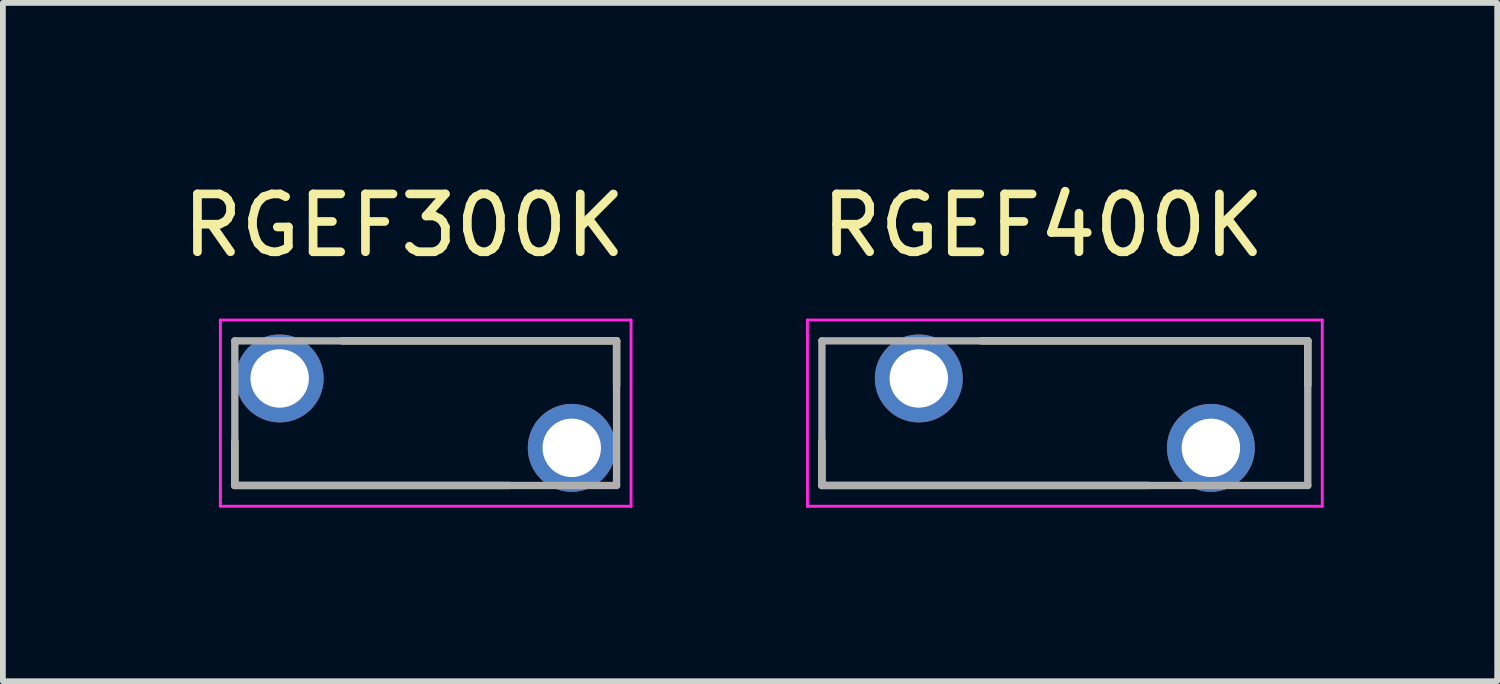
<source format=kicad_pcb>
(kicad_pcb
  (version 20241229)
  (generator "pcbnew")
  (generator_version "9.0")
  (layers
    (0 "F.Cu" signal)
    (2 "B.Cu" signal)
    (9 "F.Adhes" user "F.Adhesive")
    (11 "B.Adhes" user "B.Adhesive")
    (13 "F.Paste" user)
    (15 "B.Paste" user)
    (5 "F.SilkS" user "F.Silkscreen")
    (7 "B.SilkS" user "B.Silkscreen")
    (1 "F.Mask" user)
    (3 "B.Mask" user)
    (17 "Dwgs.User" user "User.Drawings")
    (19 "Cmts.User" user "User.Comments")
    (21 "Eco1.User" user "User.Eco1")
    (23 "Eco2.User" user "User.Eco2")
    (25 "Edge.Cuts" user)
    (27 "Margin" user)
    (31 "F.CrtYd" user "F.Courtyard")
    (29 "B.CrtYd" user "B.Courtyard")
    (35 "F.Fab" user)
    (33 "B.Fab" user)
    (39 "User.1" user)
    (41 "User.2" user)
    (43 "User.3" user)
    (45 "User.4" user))
  (footprint "RGEF300K"
    (layer "F.Cu")
    (at 4.31 4.093)
    (property "Reference" "RGEF300K" (at -0.375 -3.245 0) (layer "F.SilkS") (effects (font (size 1 1) (thickness 0.15))))
    (attr through_hole)
    (fp_line (start -3.3 1.25) (end -3.3 0.48) (stroke (width 0.127) (type solid)) (layer "F.SilkS"))
    (fp_line (start -1.445 -1.25) (end 3.3 -1.25) (stroke (width 0.127) (type solid)) (layer "F.SilkS"))
    (fp_line (start 1.445 1.25) (end -3.3 1.25) (stroke (width 0.127) (type solid)) (layer "F.SilkS"))
    (fp_line (start 3.3 -1.25) (end 3.3 -0.48) (stroke (width 0.127) (type solid)) (layer "F.SilkS"))
    (fp_line (start -3.55 -1.61) (end -3.55 1.61) (stroke (width 0.05) (type solid)) (layer "F.CrtYd"))
    (fp_line (start -3.55 1.61) (end 3.55 1.61) (stroke (width 0.05) (type solid)) (layer "F.CrtYd"))
    (fp_line (start 3.55 -1.61) (end -3.55 -1.61) (stroke (width 0.05) (type solid)) (layer "F.CrtYd"))
    (fp_line (start 3.55 1.61) (end 3.55 -1.61) (stroke (width 0.05) (type solid)) (layer "F.CrtYd"))
    (fp_line (start -3.3 -1.25) (end 3.3 -1.25) (stroke (width 0.127) (type solid)) (layer "F.Fab"))
    (fp_line (start -3.3 1.25) (end -3.3 -1.25) (stroke (width 0.127) (type solid)) (layer "F.Fab"))
    (fp_line (start 3.3 -1.25) (end 3.3 1.25) (stroke (width 0.127) (type solid)) (layer "F.Fab"))
    (fp_line (start 3.3 1.25) (end -3.3 1.25) (stroke (width 0.127) (type solid)) (layer "F.Fab"))
    (pad "1" thru_hole circle (at -2.525 -0.6) (size 1.52 1.52) (drill 1.01) (layers "*.Cu" "*.Mask"))
    (pad "2" thru_hole circle (at 2.525 0.6) (size 1.52 1.52) (drill 1.01) (layers "*.Cu" "*.Mask")))
  (footprint "RGEF400K"
    (layer "F.Cu")
    (at 15.36 4.093)
    (property "Reference" "RGEF400K" (at -0.375 -3.245 0) (layer "F.SilkS") (effects (font (size 1 1) (thickness 0.15))))
    (attr through_hole)
    (fp_line (start -4.2 1.25) (end -4.2 0.48) (stroke (width 0.127) (type solid)) (layer "F.SilkS"))
    (fp_line (start -1.445 -1.25) (end 4.2 -1.25) (stroke (width 0.127) (type solid)) (layer "F.SilkS"))
    (fp_line (start 1.445 1.25) (end -4.2 1.25) (stroke (width 0.127) (type solid)) (layer "F.SilkS"))
    (fp_line (start 4.2 -1.25) (end 4.2 -0.48) (stroke (width 0.127) (type solid)) (layer "F.SilkS"))
    (fp_line (start -4.45 -1.61) (end -4.45 1.61) (stroke (width 0.05) (type solid)) (layer "F.CrtYd"))
    (fp_line (start -4.45 1.61) (end 4.45 1.61) (stroke (width 0.05) (type solid)) (layer "F.CrtYd"))
    (fp_line (start 4.45 -1.61) (end -4.45 -1.61) (stroke (width 0.05) (type solid)) (layer "F.CrtYd"))
    (fp_line (start 4.45 1.61) (end 4.45 -1.61) (stroke (width 0.05) (type solid)) (layer "F.CrtYd"))
    (fp_line (start -4.2 -1.25) (end 4.2 -1.25) (stroke (width 0.127) (type solid)) (layer "F.Fab"))
    (fp_line (start -4.2 1.25) (end -4.2 -1.25) (stroke (width 0.127) (type solid)) (layer "F.Fab"))
    (fp_line (start 4.2 -1.25) (end 4.2 1.25) (stroke (width 0.127) (type solid)) (layer "F.Fab"))
    (fp_line (start 4.2 1.25) (end -4.2 1.25) (stroke (width 0.127) (type solid)) (layer "F.Fab"))
    (pad "1" thru_hole circle (at -2.525 -0.6) (size 1.52 1.52) (drill 1.01) (layers "*.Cu" "*.Mask"))
    (pad "2" thru_hole circle (at 2.525 0.6) (size 1.52 1.52) (drill 1.01) (layers "*.Cu" "*.Mask")))
  (gr_rect
    (start -3 -3)
    (end 22.835 8.728)
    (stroke (width 0.1) (type default))
    (fill no)
    (layer "Edge.Cuts")))
</source>
